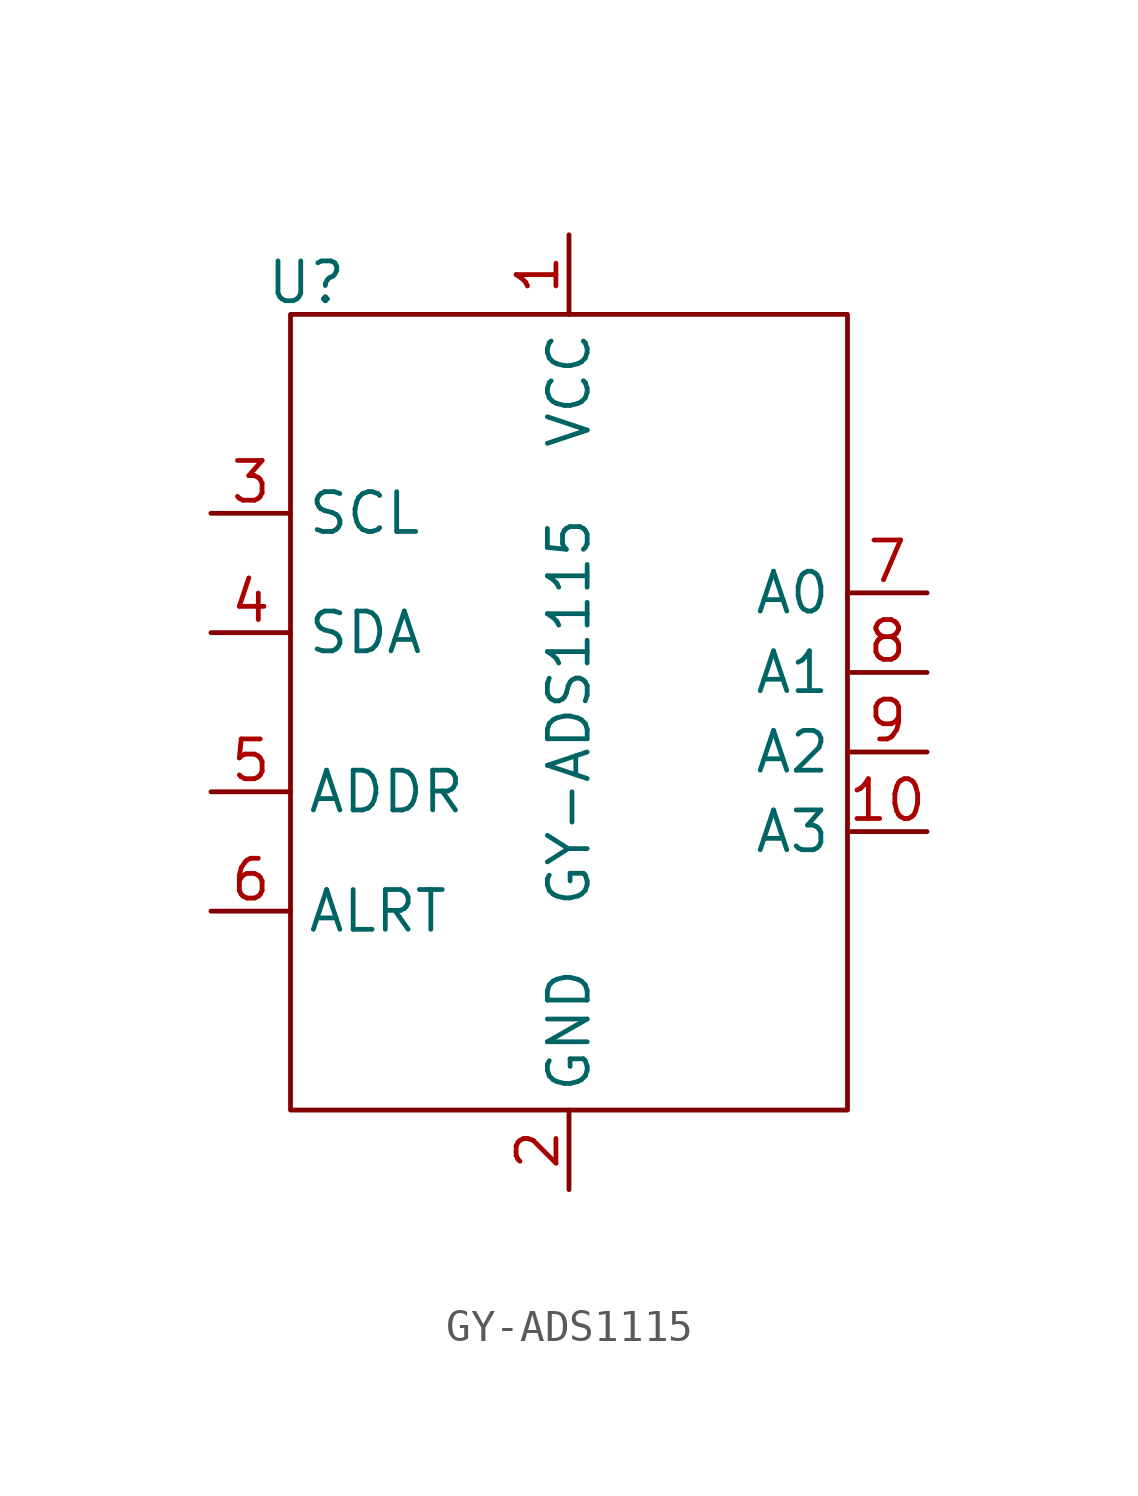
<source format=kicad_sym>
(kicad_symbol_lib
  (version 20241209)
  (generator "kicad_symbol_editor")
  (generator_version "9.0")
  (symbol "GY-ADS1115"
    (property "Reference" "U"
      (at -8.382 13.716 0)
      (effects (font (size 1.27 1.27))))
    (property "Value" "GY-ADS1115"
      (at 0 0 90)
      (effects (font (size 1.27 1.27))))
    (symbol "GY-ADS1115_0_1"
      (rectangle (start -8.89 12.7) (end 8.89 -12.7) (stroke (width 0) (type default)) (fill (type none))))
    (symbol "GY-ADS1115_1_1"
      (pin input line (at -11.43 6.35 0) (length 2.54) (name "SCL" (effects (font (size 1.27 1.27)))) (number "3" (effects (font (size 1.27 1.27)))))
      (pin input line (at -11.43 2.54 0) (length 2.54) (name "SDA" (effects (font (size 1.27 1.27)))) (number "4" (effects (font (size 1.27 1.27)))))
      (pin input line (at -11.43 -2.54 0) (length 2.54) (name "ADDR" (effects (font (size 1.27 1.27)))) (number "5" (effects (font (size 1.27 1.27)))))
      (pin input line (at -11.43 -6.35 0) (length 2.54) (name "ALRT" (effects (font (size 1.27 1.27)))) (number "6" (effects (font (size 1.27 1.27)))))
      (pin power_in line (at 0 15.24 270) (length 2.54) (name "VCC" (effects (font (size 1.27 1.27)))) (number "1" (effects (font (size 1.27 1.27)))))
      (pin power_in line (at 0 -15.24 90) (length 2.54) (name "GND" (effects (font (size 1.27 1.27)))) (number "2" (effects (font (size 1.27 1.27)))))
      (pin input line (at 11.43 3.81 180) (length 2.54) (name "A0" (effects (font (size 1.27 1.27)))) (number "7" (effects (font (size 1.27 1.27)))))
      (pin input line (at 11.43 1.27 180) (length 2.54) (name "A1" (effects (font (size 1.27 1.27)))) (number "8" (effects (font (size 1.27 1.27)))))
      (pin input line (at 11.43 -1.27 180) (length 2.54) (name "A2" (effects (font (size 1.27 1.27)))) (number "9" (effects (font (size 1.27 1.27)))))
      (pin input line (at 11.43 -3.81 180) (length 2.54) (name "A3" (effects (font (size 1.27 1.27)))) (number "10" (effects (font (size 1.27 1.27))))))))
</source>
